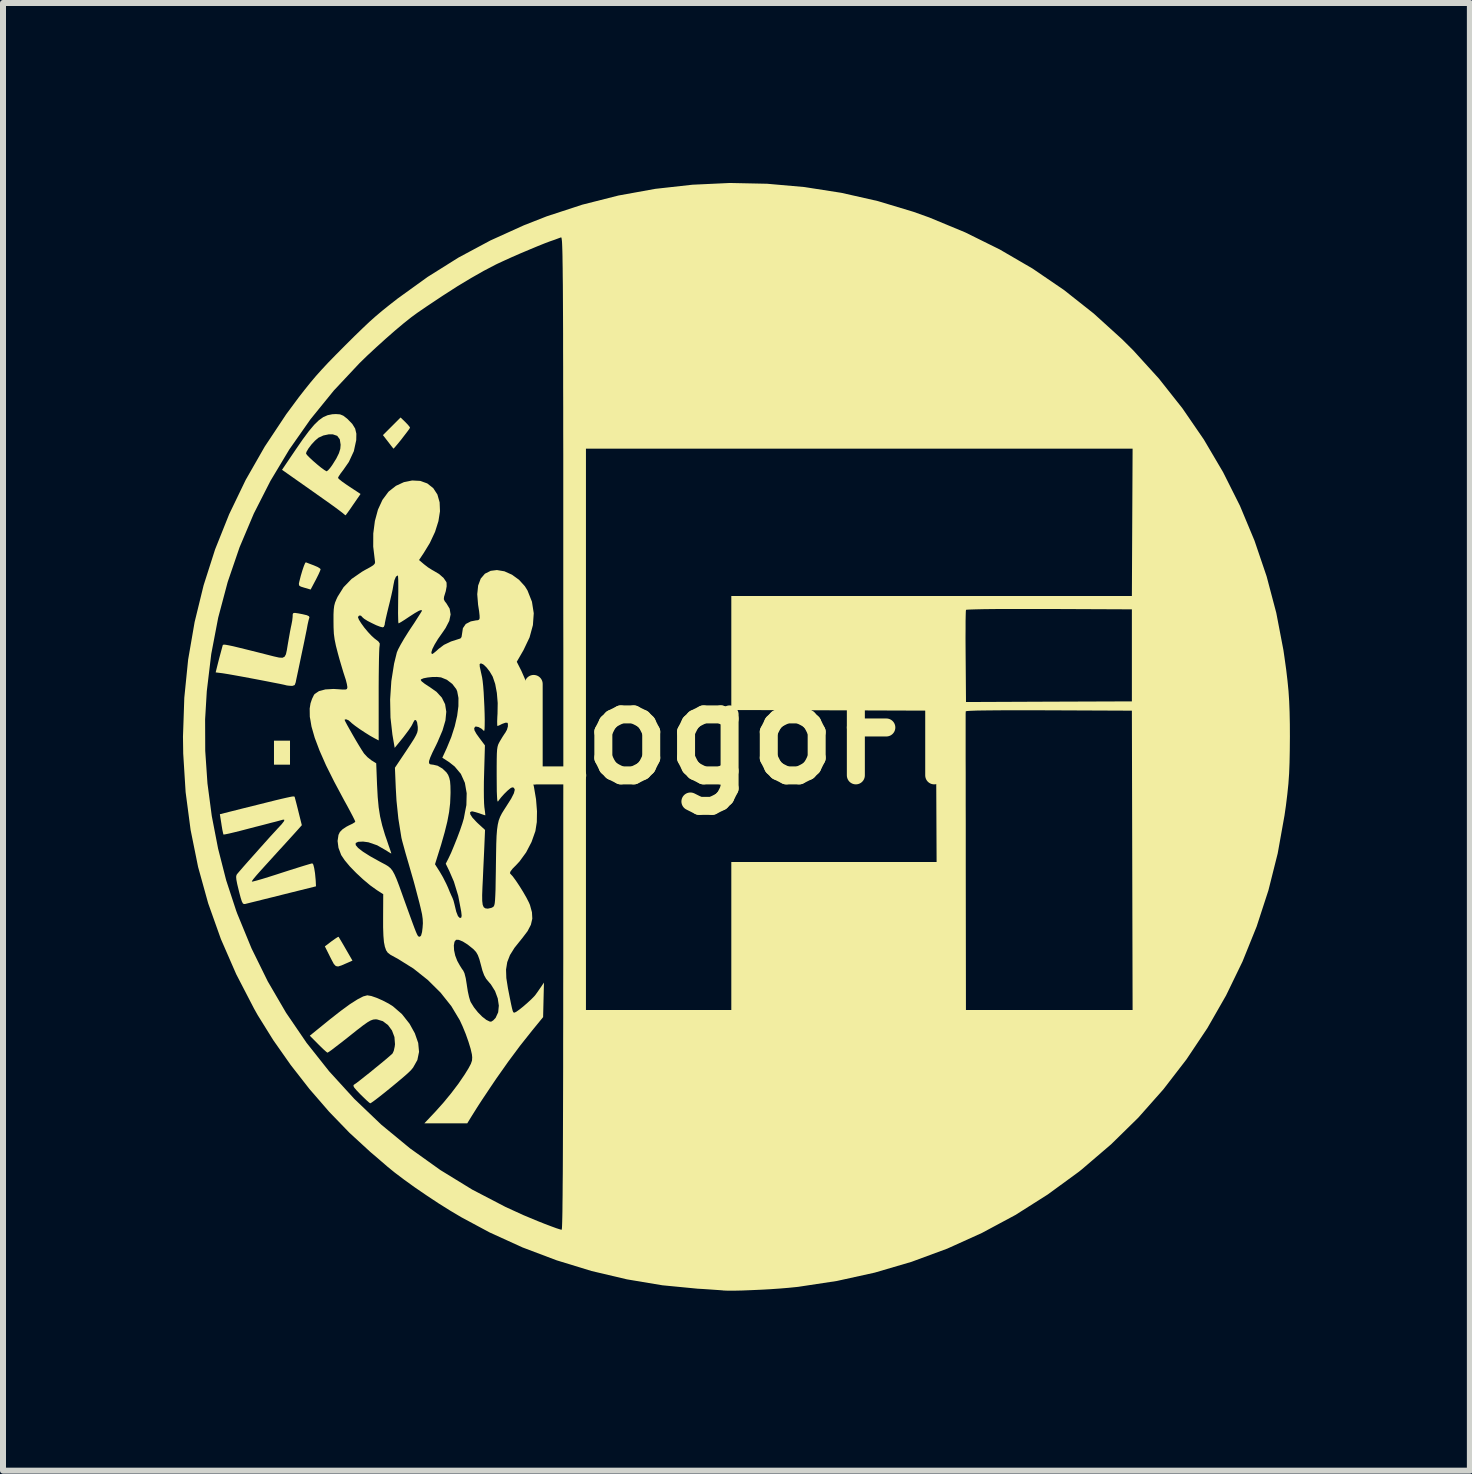
<source format=kicad_pcb>
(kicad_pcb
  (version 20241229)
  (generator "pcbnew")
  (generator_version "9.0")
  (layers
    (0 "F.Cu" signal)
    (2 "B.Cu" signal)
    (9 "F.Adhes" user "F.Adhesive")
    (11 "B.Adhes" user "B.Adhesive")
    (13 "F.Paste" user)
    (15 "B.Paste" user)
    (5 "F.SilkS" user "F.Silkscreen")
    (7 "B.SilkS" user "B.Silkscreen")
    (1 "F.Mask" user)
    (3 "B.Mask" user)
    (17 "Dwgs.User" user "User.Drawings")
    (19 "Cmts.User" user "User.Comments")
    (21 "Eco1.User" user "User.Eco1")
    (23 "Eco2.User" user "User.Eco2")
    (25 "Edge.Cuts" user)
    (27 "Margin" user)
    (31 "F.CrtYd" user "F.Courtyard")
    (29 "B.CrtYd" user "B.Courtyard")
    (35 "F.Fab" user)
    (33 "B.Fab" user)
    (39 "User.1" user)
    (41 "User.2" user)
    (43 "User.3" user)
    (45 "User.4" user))
  (footprint "LogoFI"
    (layer "F.Cu")
    (at 9.184 9.185)
    (property "Reference" "LogoFI" (at 0 0 0) (layer "F.SilkS") (effects (font (size 1.524 1.524) (thickness 0.3))))
    (attr board_only exclude_from_pos_files exclude_from_bom)
    (fp_poly (pts (xy -7.4 0.511) (xy -7.667 0.511) (xy -7.667 0.111) (xy -7.4 0.111)) (stroke (width 0) (type solid)) (fill yes) (layer "F.SilkS"))
    (fp_poly (pts (xy -6.577 3.402) (xy -6.546 3.454) (xy -6.503 3.527) (xy -6.471 3.583) (xy -6.359 3.777) (xy -6.456 3.82) (xy -6.541 3.857) (xy -6.598 3.875) (xy -6.636 3.868) (xy -6.669 3.834) (xy -6.705 3.767) (xy -6.731 3.716) (xy -6.819 3.54) (xy -6.709 3.456) (xy -6.65 3.414) (xy -6.607 3.386) (xy -6.59 3.38)) (stroke (width 0) (type solid)) (fill yes) (layer "F.SilkS"))
    (fp_poly (pts (xy -5.478 -5.2) (xy -5.433 -5.153) (xy -5.404 -5.116) (xy -5.4 -5.105) (xy -5.413 -5.083) (xy -5.446 -5.038) (xy -5.493 -4.977) (xy -5.545 -4.909) (xy -5.597 -4.845) (xy -5.641 -4.793) (xy -5.669 -4.761) (xy -5.675 -4.757) (xy -5.689 -4.773) (xy -5.722 -4.815) (xy -5.764 -4.87) (xy -5.851 -4.982) (xy -5.704 -5.129) (xy -5.557 -5.276)) (stroke (width 0) (type solid)) (fill yes) (layer "F.SilkS"))
    (fp_poly (pts (xy -7.108 -2.851) (xy -7.053 -2.83) (xy -7.005 -2.812) (xy -6.942 -2.785) (xy -6.9 -2.759) (xy -6.89 -2.746) (xy -6.9 -2.716) (xy -6.926 -2.658) (xy -6.963 -2.584) (xy -6.973 -2.565) (xy -7.056 -2.408) (xy -7.159 -2.438) (xy -7.22 -2.457) (xy -7.248 -2.476) (xy -7.252 -2.505) (xy -7.245 -2.539) (xy -7.22 -2.638) (xy -7.193 -2.729) (xy -7.168 -2.802) (xy -7.148 -2.849) (xy -7.136 -2.862)) (stroke (width 0) (type solid)) (fill yes) (layer "F.SilkS"))
    (fp_poly (pts (xy -7.264 -2.011) (xy -7.191 -1.997) (xy -7.119 -1.98) (xy -7.084 -1.963) (xy -7.076 -1.943) (xy -7.079 -1.936) (xy -7.091 -1.893) (xy -7.106 -1.827) (xy -7.111 -1.8) (xy -7.121 -1.745) (xy -7.139 -1.657) (xy -7.162 -1.543) (xy -7.189 -1.415) (xy -7.211 -1.311) (xy -7.238 -1.181) (xy -7.263 -1.062) (xy -7.284 -0.963) (xy -7.299 -0.893) (xy -7.305 -0.861) (xy -7.322 -0.816) (xy -7.36 -0.802) (xy -7.375 -0.802) (xy -7.427 -0.806) (xy -7.456 -0.81) (xy -7.495 -0.82) (xy -7.57 -0.836) (xy -7.673 -0.856) (xy -7.795 -0.88) (xy -7.93 -0.906) (xy -8.068 -0.932) (xy -8.202 -0.957) (xy -8.324 -0.979) (xy -8.426 -0.997) (xy -8.5 -1.009) (xy -8.525 -1.013) (xy -8.639 -1.027) (xy -8.619 -1.108) (xy -8.603 -1.172) (xy -8.58 -1.262) (xy -8.554 -1.359) (xy -8.53 -1.448) (xy -8.521 -1.481) (xy -8.515 -1.487) (xy -8.499 -1.49) (xy -8.469 -1.487) (xy -8.42 -1.478) (xy -8.348 -1.463) (xy -8.249 -1.439) (xy -8.119 -1.407) (xy -7.954 -1.366) (xy -7.789 -1.324) (xy -7.667 -1.293) (xy -7.582 -1.274) (xy -7.525 -1.271) (xy -7.49 -1.289) (xy -7.468 -1.329) (xy -7.453 -1.396) (xy -7.437 -1.494) (xy -7.437 -1.494) (xy -7.418 -1.602) (xy -7.4 -1.704) (xy -7.384 -1.786) (xy -7.377 -1.817) (xy -7.363 -1.89) (xy -7.356 -1.954) (xy -7.356 -1.967) (xy -7.354 -1.999) (xy -7.345 -2.015) (xy -7.318 -2.019)) (stroke (width 0) (type solid)) (fill yes) (layer "F.SilkS"))
    (fp_poly (pts (xy -6.566 -5.328) (xy -6.512 -5.306) (xy -6.452 -5.26) (xy -6.443 -5.252) (xy -6.362 -5.169) (xy -6.314 -5.091) (xy -6.294 -5.006) (xy -6.296 -4.897) (xy -6.297 -4.894) (xy -6.336 -4.714) (xy -6.419 -4.535) (xy -6.51 -4.404) (xy -6.557 -4.342) (xy -6.589 -4.293) (xy -6.6 -4.269) (xy -6.583 -4.249) (xy -6.536 -4.211) (xy -6.467 -4.162) (xy -6.412 -4.125) (xy -6.224 -4.001) (xy -6.347 -3.823) (xy -6.399 -3.747) (xy -6.442 -3.687) (xy -6.468 -3.652) (xy -6.474 -3.645) (xy -6.492 -3.658) (xy -6.53 -3.69) (xy -6.537 -3.695) (xy -6.571 -3.721) (xy -6.635 -3.769) (xy -6.725 -3.834) (xy -6.835 -3.912) (xy -6.958 -3.999) (xy -7.064 -4.074) (xy -7.533 -4.404) (xy -7.349 -4.676) (xy -7.133 -4.676) (xy -7.117 -4.651) (xy -7.075 -4.608) (xy -7.016 -4.553) (xy -6.949 -4.495) (xy -6.883 -4.441) (xy -6.828 -4.401) (xy -6.793 -4.38) (xy -6.789 -4.379) (xy -6.765 -4.396) (xy -6.728 -4.439) (xy -6.696 -4.483) (xy -6.628 -4.592) (xy -6.585 -4.679) (xy -6.562 -4.752) (xy -6.556 -4.821) (xy -6.57 -4.912) (xy -6.613 -4.97) (xy -6.686 -4.995) (xy -6.755 -4.995) (xy -6.844 -4.976) (xy -6.923 -4.94) (xy -6.932 -4.934) (xy -6.986 -4.887) (xy -7.043 -4.825) (xy -7.092 -4.76) (xy -7.125 -4.704) (xy -7.133 -4.676) (xy -7.349 -4.676) (xy -7.305 -4.741) (xy -7.187 -4.912) (xy -7.086 -5.048) (xy -6.999 -5.152) (xy -6.92 -5.229) (xy -6.846 -5.282) (xy -6.773 -5.314) (xy -6.696 -5.33) (xy -6.634 -5.333)) (stroke (width 0) (type solid)) (fill yes) (layer "F.SilkS"))
    (fp_poly (pts (xy -6.045 4.367) (xy -5.955 4.398) (xy -5.855 4.442) (xy -5.755 4.494) (xy -5.684 4.539) (xy -5.535 4.668) (xy -5.407 4.83) (xy -5.319 4.989) (xy -5.263 5.15) (xy -5.249 5.298) (xy -5.277 5.434) (xy -5.348 5.56) (xy -5.383 5.603) (xy -5.421 5.64) (xy -5.482 5.695) (xy -5.562 5.763) (xy -5.653 5.839) (xy -5.748 5.917) (xy -5.841 5.992) (xy -5.926 6.059) (xy -5.996 6.112) (xy -6.044 6.146) (xy -6.063 6.156) (xy -6.084 6.141) (xy -6.129 6.101) (xy -6.189 6.043) (xy -6.223 6.01) (xy -6.29 5.94) (xy -6.329 5.894) (xy -6.343 5.866) (xy -6.338 5.849) (xy -6.33 5.843) (xy -6.296 5.82) (xy -6.237 5.775) (xy -6.159 5.713) (xy -6.068 5.641) (xy -5.974 5.564) (xy -5.882 5.489) (xy -5.8 5.421) (xy -5.736 5.366) (xy -5.696 5.33) (xy -5.689 5.322) (xy -5.67 5.28) (xy -5.655 5.212) (xy -5.65 5.171) (xy -5.659 5.051) (xy -5.7 4.942) (xy -5.766 4.852) (xy -5.852 4.787) (xy -5.951 4.757) (xy -5.976 4.756) (xy -6.014 4.76) (xy -6.056 4.775) (xy -6.108 4.805) (xy -6.179 4.855) (xy -6.274 4.928) (xy -6.302 4.95) (xy -6.446 5.065) (xy -6.56 5.154) (xy -6.646 5.22) (xy -6.707 5.267) (xy -6.747 5.295) (xy -6.77 5.309) (xy -6.777 5.311) (xy -6.797 5.296) (xy -6.841 5.257) (xy -6.9 5.2) (xy -6.93 5.17) (xy -7.07 5.029) (xy -6.735 4.757) (xy -6.555 4.616) (xy -6.402 4.504) (xy -6.276 4.424) (xy -6.18 4.374) (xy -6.113 4.356) (xy -6.11 4.356)) (stroke (width 0) (type solid)) (fill yes) (layer "F.SilkS"))
    (fp_poly (pts (xy -7.329 1.042) (xy -7.323 1.047) (xy -7.321 1.053) (xy -7.313 1.084) (xy -7.296 1.148) (xy -7.274 1.234) (xy -7.258 1.299) (xy -7.203 1.52) (xy -7.283 1.61) (xy -7.329 1.661) (xy -7.396 1.735) (xy -7.476 1.823) (xy -7.56 1.915) (xy -7.567 1.922) (xy -7.704 2.073) (xy -7.814 2.194) (xy -7.899 2.288) (xy -7.961 2.358) (xy -8.003 2.408) (xy -8.027 2.44) (xy -8.036 2.457) (xy -8.035 2.461) (xy -8.012 2.457) (xy -7.953 2.442) (xy -7.863 2.416) (xy -7.75 2.381) (xy -7.618 2.339) (xy -7.538 2.313) (xy -7.398 2.268) (xy -7.271 2.228) (xy -7.165 2.195) (xy -7.085 2.171) (xy -7.038 2.158) (xy -7.028 2.156) (xy -7.012 2.176) (xy -6.997 2.234) (xy -6.983 2.32) (xy -6.973 2.426) (xy -6.971 2.453) (xy -6.967 2.539) (xy -7.533 2.68) (xy -7.688 2.719) (xy -7.83 2.754) (xy -7.953 2.785) (xy -8.051 2.809) (xy -8.119 2.826) (xy -8.147 2.833) (xy -8.169 2.834) (xy -8.186 2.823) (xy -8.203 2.79) (xy -8.222 2.731) (xy -8.247 2.637) (xy -8.254 2.608) (xy -8.28 2.501) (xy -8.294 2.428) (xy -8.298 2.381) (xy -8.292 2.351) (xy -8.283 2.336) (xy -8.243 2.289) (xy -8.179 2.215) (xy -8.098 2.123) (xy -8.006 2.02) (xy -7.911 1.913) (xy -7.817 1.808) (xy -7.733 1.714) (xy -7.663 1.638) (xy -7.615 1.586) (xy -7.612 1.582) (xy -7.541 1.506) (xy -7.502 1.456) (xy -7.493 1.431) (xy -7.511 1.427) (xy -7.525 1.43) (xy -7.565 1.441) (xy -7.635 1.46) (xy -7.723 1.482) (xy -7.756 1.491) (xy -7.855 1.517) (xy -7.981 1.549) (xy -8.115 1.584) (xy -8.222 1.612) (xy -8.327 1.638) (xy -8.415 1.659) (xy -8.478 1.672) (xy -8.508 1.676) (xy -8.509 1.676) (xy -8.516 1.651) (xy -8.528 1.595) (xy -8.541 1.517) (xy -8.543 1.502) (xy -8.569 1.337) (xy -8.157 1.233) (xy -7.947 1.181) (xy -7.775 1.138) (xy -7.639 1.104) (xy -7.534 1.079) (xy -7.455 1.061) (xy -7.399 1.049) (xy -7.362 1.042) (xy -7.34 1.041)) (stroke (width 0) (type solid)) (fill yes) (layer "F.SilkS"))
    (fp_poly (pts (xy 0.554 -9.172) (xy 1.175 -9.117) (xy 1.79 -9.021) (xy 2.396 -8.884) (xy 2.99 -8.705) (xy 3.256 -8.61) (xy 3.856 -8.361) (xy 4.43 -8.077) (xy 4.978 -7.758) (xy 5.5 -7.402) (xy 5.997 -7.009) (xy 6.47 -6.58) (xy 6.656 -6.395) (xy 7.083 -5.925) (xy 7.476 -5.428) (xy 7.833 -4.908) (xy 8.153 -4.365) (xy 8.435 -3.803) (xy 8.677 -3.223) (xy 8.879 -2.628) (xy 9.04 -2.019) (xy 9.159 -1.399) (xy 9.175 -1.289) (xy 9.205 -1.074) (xy 9.227 -0.887) (xy 9.244 -0.714) (xy 9.255 -0.545) (xy 9.262 -0.366) (xy 9.266 -0.165) (xy 9.267 0.044) (xy 9.265 0.278) (xy 9.261 0.479) (xy 9.254 0.659) (xy 9.242 0.83) (xy 9.224 1.003) (xy 9.201 1.192) (xy 9.177 1.358) (xy 9.064 1.989) (xy 8.909 2.606) (xy 8.713 3.208) (xy 8.477 3.793) (xy 8.203 4.358) (xy 7.891 4.903) (xy 7.542 5.425) (xy 7.158 5.923) (xy 6.739 6.396) (xy 6.286 6.84) (xy 5.8 7.256) (xy 5.749 7.297) (xy 5.23 7.676) (xy 4.692 8.017) (xy 4.133 8.317) (xy 3.556 8.578) (xy 2.96 8.798) (xy 2.347 8.978) (xy 1.716 9.117) (xy 1.07 9.215) (xy 1.033 9.219) (xy 0.912 9.231) (xy 0.769 9.243) (xy 0.612 9.254) (xy 0.449 9.263) (xy 0.288 9.27) (xy 0.137 9.276) (xy 0.004 9.279) (xy -0.102 9.279) (xy -0.175 9.276) (xy -0.189 9.274) (xy -0.225 9.271) (xy -0.298 9.266) (xy -0.397 9.259) (xy -0.516 9.251) (xy -0.605 9.246) (xy -1.193 9.189) (xy -1.785 9.09) (xy -2.374 8.951) (xy -2.955 8.773) (xy -3.524 8.558) (xy -4.073 8.308) (xy -4.544 8.055) (xy -4.731 7.944) (xy -4.929 7.82) (xy -5.128 7.688) (xy -5.321 7.556) (xy -5.5 7.427) (xy -5.656 7.309) (xy -5.774 7.213) (xy -5.813 7.179) (xy -5.877 7.124) (xy -5.958 7.054) (xy -6.049 6.977) (xy -6.067 6.961) (xy -6.409 6.647) (xy -6.748 6.296) (xy -7.077 5.916) (xy -7.389 5.516) (xy -7.679 5.103) (xy -7.939 4.685) (xy -7.999 4.578) (xy -8.297 4.003) (xy -8.552 3.418) (xy -8.764 2.822) (xy -8.932 2.216) (xy -9.057 1.598) (xy -9.14 0.968) (xy -9.18 0.327) (xy -9.184 0.044) (xy -9.174 -0.244) (xy -8.815 -0.244) (xy -8.813 0.281) (xy -8.776 0.822) (xy -8.704 1.367) (xy -8.599 1.909) (xy -8.464 2.438) (xy -8.298 2.944) (xy -8.28 2.993) (xy -8.042 3.572) (xy -7.771 4.123) (xy -7.466 4.646) (xy -7.125 5.146) (xy -6.747 5.623) (xy -6.33 6.08) (xy -6.325 6.085) (xy -5.877 6.513) (xy -5.399 6.907) (xy -4.894 7.268) (xy -4.363 7.594) (xy -3.808 7.883) (xy -3.511 8.019) (xy -3.396 8.067) (xy -3.276 8.117) (xy -3.158 8.164) (xy -3.05 8.205) (xy -2.96 8.238) (xy -2.897 8.258) (xy -2.872 8.264) (xy -2.87 8.257) (xy -2.867 8.233) (xy -2.865 8.192) (xy -2.863 8.133) (xy -2.861 8.054) (xy -2.859 7.954) (xy -2.858 7.833) (xy -2.856 7.688) (xy -2.855 7.519) (xy -2.853 7.325) (xy -2.852 7.105) (xy -2.851 6.857) (xy -2.85 6.58) (xy -2.849 6.274) (xy -2.848 5.936) (xy -2.847 5.566) (xy -2.847 5.164) (xy -2.846 4.726) (xy -2.846 4.6) (xy -2.467 4.6) (xy -0.044 4.6) (xy -0.044 2.133) (xy 3.378 2.133) (xy 3.367 -0.311) (xy 3.862 -0.311) (xy 3.862 -0.283) (xy 3.862 -0.214) (xy 3.862 -0.106) (xy 3.862 0.038) (xy 3.862 0.214) (xy 3.862 0.42) (xy 3.863 0.654) (xy 3.863 0.911) (xy 3.863 1.189) (xy 3.864 1.486) (xy 3.864 1.798) (xy 3.864 2.123) (xy 3.864 2.167) (xy 3.867 4.6) (xy 6.645 4.6) (xy 6.639 2.106) (xy 6.633 -0.389) (xy 5.25 -0.395) (xy 4.925 -0.396) (xy 4.642 -0.396) (xy 4.403 -0.395) (xy 4.208 -0.393) (xy 4.056 -0.391) (xy 3.948 -0.387) (xy 3.884 -0.383) (xy 3.864 -0.378) (xy 3.862 -0.338) (xy 3.862 -0.311) (xy 3.367 -0.311) (xy 3.367 -0.389) (xy 1.661 -0.395) (xy -0.044 -0.4) (xy -0.044 -1.35) (xy -0.044 -1.599) (xy 3.86 -1.599) (xy 3.861 -1.429) (xy 3.862 -1.291) (xy 3.868 -0.533) (xy 5.251 -0.539) (xy 6.633 -0.544) (xy 6.633 -2.078) (xy 5.257 -2.084) (xy 4.988 -2.084) (xy 4.741 -2.084) (xy 4.519 -2.084) (xy 4.325 -2.083) (xy 4.161 -2.081) (xy 4.03 -2.078) (xy 3.936 -2.075) (xy 3.881 -2.072) (xy 3.868 -2.069) (xy 3.865 -2.043) (xy 3.863 -1.977) (xy 3.861 -1.878) (xy 3.861 -1.75) (xy 3.86 -1.599) (xy -0.044 -1.599) (xy -0.044 -2.3) (xy 6.633 -2.3) (xy 6.639 -3.528) (xy 6.645 -4.756) (xy -2.467 -4.756) (xy -2.467 4.6) (xy -2.846 4.6) (xy -2.846 4.254) (xy -2.845 3.744) (xy -2.845 3.197) (xy -2.845 2.611) (xy -2.845 1.984) (xy -2.845 1.317) (xy -2.844 0.607) (xy -2.844 -0.013) (xy -2.844 -0.735) (xy -2.844 -1.414) (xy -2.845 -2.051) (xy -2.845 -2.648) (xy -2.845 -3.205) (xy -2.845 -3.725) (xy -2.845 -4.207) (xy -2.845 -4.655) (xy -2.846 -5.069) (xy -2.846 -5.451) (xy -2.847 -5.801) (xy -2.847 -6.121) (xy -2.848 -6.412) (xy -2.848 -6.677) (xy -2.849 -6.915) (xy -2.85 -7.129) (xy -2.851 -7.319) (xy -2.852 -7.488) (xy -2.854 -7.636) (xy -2.855 -7.764) (xy -2.857 -7.875) (xy -2.858 -7.968) (xy -2.86 -8.047) (xy -2.862 -8.111) (xy -2.864 -8.162) (xy -2.866 -8.203) (xy -2.869 -8.233) (xy -2.872 -8.254) (xy -2.874 -8.268) (xy -2.877 -8.275) (xy -2.881 -8.278) (xy -2.883 -8.278) (xy -2.924 -8.263) (xy -2.991 -8.238) (xy -3.067 -8.212) (xy -3.157 -8.178) (xy -3.276 -8.13) (xy -3.415 -8.072) (xy -3.562 -8.01) (xy -3.706 -7.947) (xy -3.838 -7.887) (xy -3.946 -7.837) (xy -3.976 -7.822) (xy -4.173 -7.719) (xy -4.382 -7.6) (xy -4.608 -7.464) (xy -4.854 -7.306) (xy -5.127 -7.124) (xy -5.276 -7.022) (xy -5.381 -6.945) (xy -5.509 -6.843) (xy -5.654 -6.721) (xy -5.808 -6.586) (xy -5.965 -6.444) (xy -6.118 -6.302) (xy -6.244 -6.179) (xy -6.669 -5.726) (xy -7.058 -5.247) (xy -7.411 -4.744) (xy -7.726 -4.219) (xy -8.003 -3.675) (xy -8.241 -3.112) (xy -8.439 -2.533) (xy -8.597 -1.939) (xy -8.713 -1.332) (xy -8.787 -0.714) (xy -8.815 -0.244) (xy -9.174 -0.244) (xy -9.162 -0.603) (xy -9.098 -1.24) (xy -8.99 -1.866) (xy -8.84 -2.479) (xy -8.648 -3.079) (xy -8.414 -3.664) (xy -8.139 -4.235) (xy -7.821 -4.791) (xy -7.463 -5.33) (xy -7.255 -5.611) (xy -7.152 -5.743) (xy -7.058 -5.86) (xy -6.966 -5.969) (xy -6.869 -6.077) (xy -6.761 -6.193) (xy -6.634 -6.323) (xy -6.481 -6.477) (xy -6.479 -6.479) (xy -6.325 -6.632) (xy -6.194 -6.759) (xy -6.079 -6.868) (xy -5.97 -6.965) (xy -5.862 -7.056) (xy -5.745 -7.15) (xy -5.613 -7.253) (xy -5.611 -7.255) (xy -5.106 -7.619) (xy -4.591 -7.942) (xy -4.059 -8.227) (xy -3.503 -8.479) (xy -3.121 -8.629) (xy -2.529 -8.823) (xy -1.925 -8.976) (xy -1.312 -9.087) (xy -0.692 -9.156) (xy -0.069 -9.185)) (stroke (width 0) (type solid)) (fill yes) (layer "F.SilkS"))
    (fp_poly (pts (xy -5.23 -4.219) (xy -5.112 -4.177) (xy -5.012 -4.098) (xy -4.943 -3.992) (xy -4.906 -3.862) (xy -4.9 -3.713) (xy -4.926 -3.548) (xy -4.982 -3.37) (xy -5.069 -3.184) (xy -5.171 -3.017) (xy -5.249 -2.9) (xy -5.167 -2.83) (xy -5.1 -2.778) (xy -5.03 -2.734) (xy -5.01 -2.723) (xy -4.915 -2.667) (xy -4.84 -2.601) (xy -4.795 -2.535) (xy -4.79 -2.52) (xy -4.789 -2.461) (xy -4.803 -2.383) (xy -4.812 -2.353) (xy -4.832 -2.288) (xy -4.836 -2.248) (xy -4.822 -2.215) (xy -4.793 -2.178) (xy -4.739 -2.089) (xy -4.723 -1.993) (xy -4.745 -1.886) (xy -4.807 -1.766) (xy -4.863 -1.684) (xy -4.934 -1.583) (xy -4.989 -1.492) (xy -5.027 -1.417) (xy -5.044 -1.362) (xy -5.037 -1.335) (xy -5.029 -1.333) (xy -5.005 -1.348) (xy -4.961 -1.384) (xy -4.923 -1.419) (xy -4.834 -1.486) (xy -4.717 -1.542) (xy -4.564 -1.591) (xy -4.561 -1.591) (xy -4.541 -1.616) (xy -4.533 -1.665) (xy -4.518 -1.764) (xy -4.47 -1.834) (xy -4.387 -1.877) (xy -4.3 -1.894) (xy -4.268 -1.897) (xy -4.248 -1.907) (xy -4.239 -1.93) (xy -4.24 -1.974) (xy -4.248 -2.047) (xy -4.265 -2.155) (xy -4.279 -2.33) (xy -4.264 -2.475) (xy -4.221 -2.59) (xy -4.151 -2.672) (xy -4.055 -2.72) (xy -3.951 -2.733) (xy -3.826 -2.712) (xy -3.699 -2.655) (xy -3.582 -2.57) (xy -3.485 -2.463) (xy -3.441 -2.392) (xy -3.367 -2.205) (xy -3.337 -2.013) (xy -3.351 -1.815) (xy -3.407 -1.61) (xy -3.508 -1.398) (xy -3.519 -1.379) (xy -3.62 -1.204) (xy -3.543 -1.052) (xy -3.423 -0.778) (xy -3.341 -0.507) (xy -3.298 -0.244) (xy -3.294 0.009) (xy -3.329 0.249) (xy -3.382 0.417) (xy -3.407 0.486) (xy -3.417 0.535) (xy -3.411 0.585) (xy -3.391 0.657) (xy -3.39 0.662) (xy -3.335 0.875) (xy -3.299 1.087) (xy -3.283 1.288) (xy -3.286 1.468) (xy -3.31 1.62) (xy -3.311 1.622) (xy -3.374 1.8) (xy -3.464 1.973) (xy -3.573 2.123) (xy -3.623 2.177) (xy -3.69 2.245) (xy -3.725 2.291) (xy -3.734 2.318) (xy -3.727 2.33) (xy -3.688 2.372) (xy -3.635 2.444) (xy -3.575 2.534) (xy -3.514 2.632) (xy -3.46 2.726) (xy -3.418 2.808) (xy -3.4 2.85) (xy -3.367 2.971) (xy -3.361 3.078) (xy -3.385 3.18) (xy -3.44 3.286) (xy -3.531 3.406) (xy -3.55 3.429) (xy -3.658 3.564) (xy -3.733 3.684) (xy -3.779 3.802) (xy -3.799 3.926) (xy -3.794 4.069) (xy -3.767 4.24) (xy -3.762 4.265) (xy -3.735 4.402) (xy -3.715 4.501) (xy -3.7 4.569) (xy -3.689 4.611) (xy -3.68 4.633) (xy -3.671 4.643) (xy -3.661 4.644) (xy -3.657 4.644) (xy -3.628 4.63) (xy -3.576 4.593) (xy -3.511 4.541) (xy -3.442 4.481) (xy -3.378 4.422) (xy -3.329 4.372) (xy -3.315 4.356) (xy -3.274 4.3) (xy -3.228 4.233) (xy -3.22 4.222) (xy -3.167 4.143) (xy -3.174 4.431) (xy -3.181 4.719) (xy -3.364 4.943) (xy -3.565 5.196) (xy -3.762 5.461) (xy -3.965 5.749) (xy -4.052 5.878) (xy -4.13 5.995) (xy -4.191 6.086) (xy -4.238 6.158) (xy -4.28 6.223) (xy -4.322 6.29) (xy -4.371 6.368) (xy -4.387 6.394) (xy -4.445 6.489) (xy -5.16 6.489) (xy -4.976 6.294) (xy -4.846 6.149) (xy -4.715 5.99) (xy -4.592 5.828) (xy -4.488 5.675) (xy -4.425 5.573) (xy -4.385 5.498) (xy -4.366 5.442) (xy -4.363 5.389) (xy -4.368 5.34) (xy -4.389 5.248) (xy -4.425 5.13) (xy -4.471 5) (xy -4.523 4.873) (xy -4.57 4.771) (xy -4.711 4.536) (xy -4.891 4.31) (xy -5.103 4.1) (xy -5.342 3.91) (xy -5.601 3.748) (xy -5.653 3.72) (xy -5.727 3.679) (xy -5.771 3.645) (xy -5.798 3.605) (xy -5.818 3.547) (xy -5.82 3.541) (xy -5.823 3.524) (xy -4.669 3.524) (xy -4.665 3.605) (xy -4.646 3.693) (xy -4.614 3.777) (xy -4.608 3.789) (xy -4.569 3.859) (xy -4.532 3.918) (xy -4.514 3.941) (xy -4.492 3.987) (xy -4.471 4.069) (xy -4.453 4.18) (xy -4.452 4.189) (xy -4.436 4.29) (xy -4.416 4.382) (xy -4.395 4.452) (xy -4.387 4.47) (xy -4.334 4.556) (xy -4.268 4.639) (xy -4.197 4.711) (xy -4.128 4.765) (xy -4.071 4.793) (xy -4.047 4.795) (xy -4.013 4.774) (xy -3.973 4.732) (xy -3.972 4.73) (xy -3.93 4.639) (xy -3.919 4.528) (xy -3.937 4.407) (xy -3.982 4.285) (xy -4.052 4.173) (xy -4.086 4.134) (xy -4.131 4.08) (xy -4.164 4.021) (xy -4.193 3.942) (xy -4.217 3.851) (xy -4.244 3.752) (xy -4.269 3.685) (xy -4.298 3.635) (xy -4.337 3.592) (xy -4.353 3.578) (xy -4.438 3.51) (xy -4.519 3.459) (xy -4.587 3.431) (xy -4.632 3.43) (xy -4.658 3.462) (xy -4.669 3.524) (xy -5.823 3.524) (xy -5.834 3.469) (xy -5.843 3.364) (xy -5.848 3.222) (xy -5.848 3.052) (xy -5.846 2.67) (xy -5.951 2.603) (xy -6.064 2.522) (xy -6.182 2.423) (xy -6.298 2.315) (xy -6.403 2.207) (xy -6.488 2.105) (xy -6.546 2.019) (xy -6.549 2.012) (xy -6.592 1.897) (xy -6.607 1.783) (xy -6.592 1.682) (xy -6.569 1.634) (xy -6.525 1.589) (xy -6.459 1.545) (xy -6.421 1.525) (xy -6.36 1.496) (xy -6.32 1.471) (xy -6.312 1.46) (xy -6.322 1.436) (xy -6.35 1.379) (xy -6.393 1.297) (xy -6.447 1.196) (xy -6.498 1.104) (xy -6.662 0.797) (xy -6.799 0.523) (xy -6.907 0.278) (xy -6.988 0.063) (xy -7.042 -0.125) (xy -7.06 -0.233) (xy -6.489 -0.233) (xy -6.478 -0.208) (xy -6.449 -0.153) (xy -6.407 -0.078) (xy -6.357 0.01) (xy -6.304 0.102) (xy -6.252 0.189) (xy -6.207 0.262) (xy -6.174 0.313) (xy -6.165 0.326) (xy -6.108 0.387) (xy -6.041 0.44) (xy -6.037 0.442) (xy -5.963 0.488) (xy -5.949 0.85) (xy -5.938 1.052) (xy -5.922 1.223) (xy -5.898 1.376) (xy -5.863 1.525) (xy -5.816 1.683) (xy -5.788 1.763) (xy -5.757 1.855) (xy -5.731 1.929) (xy -5.715 1.978) (xy -5.711 1.992) (xy -5.727 1.985) (xy -5.768 1.96) (xy -5.79 1.945) (xy -5.947 1.855) (xy -6.092 1.805) (xy -6.182 1.793) (xy -6.264 1.797) (xy -6.305 1.817) (xy -6.305 1.851) (xy -6.265 1.899) (xy -6.185 1.961) (xy -6.065 2.037) (xy -5.907 2.125) (xy -5.87 2.145) (xy -5.809 2.177) (xy -5.762 2.206) (xy -5.724 2.238) (xy -5.691 2.28) (xy -5.659 2.338) (xy -5.624 2.417) (xy -5.583 2.524) (xy -5.532 2.666) (xy -5.52 2.7) (xy -5.453 2.886) (xy -5.399 3.035) (xy -5.357 3.15) (xy -5.325 3.236) (xy -5.301 3.297) (xy -5.283 3.338) (xy -5.27 3.362) (xy -5.259 3.374) (xy -5.249 3.378) (xy -5.238 3.378) (xy -5.234 3.378) (xy -5.215 3.359) (xy -5.199 3.301) (xy -5.19 3.228) (xy -5.185 3.154) (xy -5.188 3.084) (xy -5.199 3.005) (xy -5.221 2.906) (xy -5.244 2.811) (xy -5.275 2.694) (xy -5.299 2.602) (xy -5.319 2.526) (xy -5.339 2.453) (xy -5.362 2.373) (xy -5.39 2.276) (xy -5.426 2.151) (xy -5.441 2.1) (xy -5.475 1.983) (xy -5.504 1.877) (xy -5.528 1.79) (xy -5.542 1.733) (xy -5.544 1.722) (xy -5.594 1.41) (xy -5.625 1.11) (xy -5.637 0.898) (xy -5.651 0.562) (xy -5.457 0.272) (xy -5.384 0.161) (xy -5.332 0.08) (xy -5.299 0.02) (xy -5.279 -0.026) (xy -5.271 -0.064) (xy -5.27 -0.104) (xy -5.271 -0.124) (xy -5.282 -0.197) (xy -5.301 -0.233) (xy -5.325 -0.23) (xy -5.35 -0.185) (xy -5.351 -0.181) (xy -5.375 -0.135) (xy -5.42 -0.067) (xy -5.479 0.012) (xy -5.514 0.058) (xy -5.655 0.231) (xy -5.693 0.01) (xy -5.725 -0.274) (xy -5.731 -0.576) (xy -5.711 -0.881) (xy -5.708 -0.901) (xy -5.222 -0.901) (xy -5.204 -0.876) (xy -5.157 -0.839) (xy -5.091 -0.795) (xy -5.083 -0.791) (xy -4.958 -0.703) (xy -4.869 -0.606) (xy -4.815 -0.497) (xy -4.795 -0.371) (xy -4.809 -0.226) (xy -4.858 -0.059) (xy -4.94 0.133) (xy -4.966 0.188) (xy -5.025 0.307) (xy -5.063 0.393) (xy -5.082 0.451) (xy -5.083 0.486) (xy -5.066 0.504) (xy -5.031 0.51) (xy -5.016 0.511) (xy -4.939 0.529) (xy -4.859 0.576) (xy -4.792 0.64) (xy -4.764 0.682) (xy -4.745 0.731) (xy -4.732 0.788) (xy -4.726 0.865) (xy -4.724 0.972) (xy -4.725 1.011) (xy -4.731 1.155) (xy -4.748 1.301) (xy -4.778 1.46) (xy -4.822 1.638) (xy -4.881 1.845) (xy -4.913 1.947) (xy -4.983 2.171) (xy -4.903 2.297) (xy -4.849 2.39) (xy -4.795 2.497) (xy -4.766 2.561) (xy -4.735 2.637) (xy -4.707 2.7) (xy -4.691 2.734) (xy -4.674 2.779) (xy -4.658 2.841) (xy -4.657 2.845) (xy -4.629 2.962) (xy -4.6 3.036) (xy -4.57 3.066) (xy -4.564 3.067) (xy -4.544 3.058) (xy -4.539 3.026) (xy -4.546 2.961) (xy -4.546 2.961) (xy -4.596 2.697) (xy -4.668 2.461) (xy -4.745 2.283) (xy -4.804 2.162) (xy -4.758 2.072) (xy -4.715 1.981) (xy -4.666 1.863) (xy -4.614 1.733) (xy -4.566 1.605) (xy -4.527 1.49) (xy -4.503 1.409) (xy -4.483 1.302) (xy -4.398 1.302) (xy -4.395 1.338) (xy -4.36 1.393) (xy -4.296 1.462) (xy -4.275 1.483) (xy -4.149 1.599) (xy -4.163 1.927) (xy -4.17 2.078) (xy -4.178 2.246) (xy -4.185 2.41) (xy -4.192 2.549) (xy -4.197 2.685) (xy -4.196 2.782) (xy -4.188 2.847) (xy -4.171 2.887) (xy -4.144 2.906) (xy -4.104 2.911) (xy -4.102 2.911) (xy -4.043 2.898) (xy -4.014 2.883) (xy -4.003 2.871) (xy -3.994 2.851) (xy -3.987 2.818) (xy -3.982 2.766) (xy -3.978 2.692) (xy -3.974 2.59) (xy -3.972 2.455) (xy -3.969 2.282) (xy -3.968 2.2) (xy -3.965 1.997) (xy -3.962 1.833) (xy -3.957 1.701) (xy -3.949 1.596) (xy -3.937 1.512) (xy -3.921 1.442) (xy -3.898 1.381) (xy -3.868 1.322) (xy -3.83 1.261) (xy -3.789 1.197) (xy -3.713 1.077) (xy -3.668 0.988) (xy -3.653 0.928) (xy -3.668 0.896) (xy -3.697 0.889) (xy -3.726 0.904) (xy -3.774 0.944) (xy -3.829 0.998) (xy -3.881 1.056) (xy -3.921 1.107) (xy -3.93 1.122) (xy -3.938 1.126) (xy -3.945 1.103) (xy -3.949 1.047) (xy -3.953 0.957) (xy -3.954 0.828) (xy -3.955 0.691) (xy -3.955 0.534) (xy -3.954 0.414) (xy -3.952 0.326) (xy -3.948 0.262) (xy -3.941 0.215) (xy -3.931 0.179) (xy -3.916 0.147) (xy -3.897 0.113) (xy -3.858 0.048) (xy -3.824 -0.004) (xy -3.811 -0.022) (xy -3.784 -0.071) (xy -3.768 -0.126) (xy -3.768 -0.172) (xy -3.777 -0.188) (xy -3.81 -0.188) (xy -3.86 -0.17) (xy -3.865 -0.168) (xy -3.913 -0.144) (xy -3.942 -0.133) (xy -3.943 -0.133) (xy -3.946 -0.154) (xy -3.947 -0.209) (xy -3.944 -0.289) (xy -3.941 -0.339) (xy -3.938 -0.516) (xy -3.952 -0.685) (xy -3.98 -0.835) (xy -4.021 -0.955) (xy -4.025 -0.963) (xy -4.073 -1.044) (xy -4.128 -1.114) (xy -4.179 -1.161) (xy -4.218 -1.178) (xy -4.239 -1.165) (xy -4.237 -1.121) (xy -4.236 -1.117) (xy -4.223 -1.058) (xy -4.206 -0.98) (xy -4.198 -0.944) (xy -4.189 -0.885) (xy -4.18 -0.8) (xy -4.172 -0.695) (xy -4.166 -0.578) (xy -4.16 -0.458) (xy -4.156 -0.34) (xy -4.154 -0.234) (xy -4.155 -0.145) (xy -4.157 -0.082) (xy -4.163 -0.052) (xy -4.167 -0.051) (xy -4.207 -0.088) (xy -4.257 -0.116) (xy -4.301 -0.125) (xy -4.312 -0.122) (xy -4.33 -0.098) (xy -4.325 -0.061) (xy -4.293 -0.003) (xy -4.242 0.068) (xy -4.151 0.189) (xy -4.164 0.644) (xy -4.168 0.792) (xy -4.169 0.933) (xy -4.168 1.058) (xy -4.165 1.158) (xy -4.16 1.224) (xy -4.159 1.228) (xy -4.15 1.296) (xy -4.145 1.342) (xy -4.145 1.356) (xy -4.167 1.349) (xy -4.217 1.332) (xy -4.244 1.322) (xy -4.309 1.302) (xy -4.358 1.29) (xy -4.369 1.289) (xy -4.398 1.302) (xy -4.483 1.302) (xy -4.46 1.185) (xy -4.455 0.987) (xy -4.485 0.814) (xy -4.552 0.665) (xy -4.656 0.541) (xy -4.747 0.469) (xy -4.861 0.395) (xy -4.787 0.234) (xy -4.712 0.052) (xy -4.654 -0.129) (xy -4.614 -0.303) (xy -4.593 -0.463) (xy -4.592 -0.601) (xy -4.613 -0.711) (xy -4.629 -0.749) (xy -4.694 -0.834) (xy -4.785 -0.904) (xy -4.883 -0.944) (xy -4.885 -0.944) (xy -4.95 -0.951) (xy -5.028 -0.95) (xy -5.106 -0.942) (xy -5.173 -0.929) (xy -5.214 -0.912) (xy -5.222 -0.901) (xy -5.708 -0.901) (xy -5.665 -1.173) (xy -5.619 -1.36) (xy -5.597 -1.412) (xy -5.555 -1.491) (xy -5.498 -1.589) (xy -5.431 -1.696) (xy -5.396 -1.75) (xy -5.329 -1.85) (xy -5.273 -1.938) (xy -5.23 -2.005) (xy -5.205 -2.046) (xy -5.2 -2.055) (xy -5.212 -2.067) (xy -5.251 -2.054) (xy -5.318 -2.016) (xy -5.411 -1.956) (xy -5.486 -1.906) (xy -5.546 -1.868) (xy -5.584 -1.847) (xy -5.59 -1.844) (xy -5.595 -1.865) (xy -5.597 -1.924) (xy -5.599 -2.013) (xy -5.598 -2.125) (xy -5.597 -2.244) (xy -5.595 -2.372) (xy -5.595 -2.483) (xy -5.596 -2.57) (xy -5.599 -2.626) (xy -5.603 -2.644) (xy -5.634 -2.623) (xy -5.66 -2.562) (xy -5.677 -2.478) (xy -5.689 -2.41) (xy -5.71 -2.314) (xy -5.736 -2.203) (xy -5.758 -2.115) (xy -5.783 -2.012) (xy -5.804 -1.921) (xy -5.818 -1.853) (xy -5.822 -1.821) (xy -5.836 -1.786) (xy -5.855 -1.778) (xy -5.897 -1.788) (xy -5.962 -1.813) (xy -6.035 -1.848) (xy -6.107 -1.885) (xy -6.163 -1.92) (xy -6.192 -1.945) (xy -6.193 -1.947) (xy -6.218 -1.973) (xy -6.249 -1.974) (xy -6.267 -1.95) (xy -6.267 -1.947) (xy -6.252 -1.907) (xy -6.214 -1.846) (xy -6.161 -1.773) (xy -6.099 -1.699) (xy -6.038 -1.634) (xy -5.984 -1.586) (xy -5.979 -1.583) (xy -5.926 -1.542) (xy -5.904 -1.509) (xy -5.906 -1.471) (xy -5.907 -1.467) (xy -5.911 -1.432) (xy -5.914 -1.358) (xy -5.917 -1.251) (xy -5.919 -1.116) (xy -5.921 -0.96) (xy -5.922 -0.787) (xy -5.922 -0.652) (xy -5.922 0.107) (xy -5.987 0.073) (xy -6.062 0.031) (xy -6.15 -0.024) (xy -6.238 -0.082) (xy -6.315 -0.137) (xy -6.371 -0.181) (xy -6.387 -0.197) (xy -6.425 -0.229) (xy -6.464 -0.245) (xy -6.487 -0.241) (xy -6.489 -0.233) (xy -7.06 -0.233) (xy -7.07 -0.287) (xy -7.072 -0.425) (xy -7.058 -0.511) (xy -7.033 -0.585) (xy -7.003 -0.647) (xy -6.989 -0.667) (xy -6.917 -0.715) (xy -6.811 -0.743) (xy -6.675 -0.751) (xy -6.606 -0.747) (xy -6.523 -0.741) (xy -6.475 -0.741) (xy -6.452 -0.75) (xy -6.445 -0.769) (xy -6.444 -0.784) (xy -6.452 -0.833) (xy -6.47 -0.904) (xy -6.487 -0.956) (xy -6.51 -1.027) (xy -6.54 -1.127) (xy -6.574 -1.242) (xy -6.602 -1.344) (xy -6.635 -1.472) (xy -6.656 -1.575) (xy -6.669 -1.672) (xy -6.674 -1.779) (xy -6.675 -1.878) (xy -6.675 -1.993) (xy -6.671 -2.076) (xy -6.663 -2.138) (xy -6.649 -2.191) (xy -6.626 -2.247) (xy -6.606 -2.289) (xy -6.507 -2.447) (xy -6.373 -2.585) (xy -6.2 -2.705) (xy -6.148 -2.735) (xy -6.065 -2.78) (xy -6.014 -2.812) (xy -5.989 -2.837) (xy -5.982 -2.863) (xy -5.986 -2.897) (xy -5.986 -2.897) (xy -6.013 -3.123) (xy -6.012 -3.343) (xy -5.985 -3.551) (xy -5.934 -3.74) (xy -5.859 -3.903) (xy -5.761 -4.035) (xy -5.751 -4.045) (xy -5.634 -4.137) (xy -5.502 -4.198) (xy -5.364 -4.226)) (stroke (width 0) (type solid)) (fill yes) (layer "F.SilkS")))
  (gr_rect
    (start -3 -3)
    (end 21.451 21.464)
    (stroke (width 0.1) (type default))
    (fill no)
    (layer "Edge.Cuts")))
</source>
